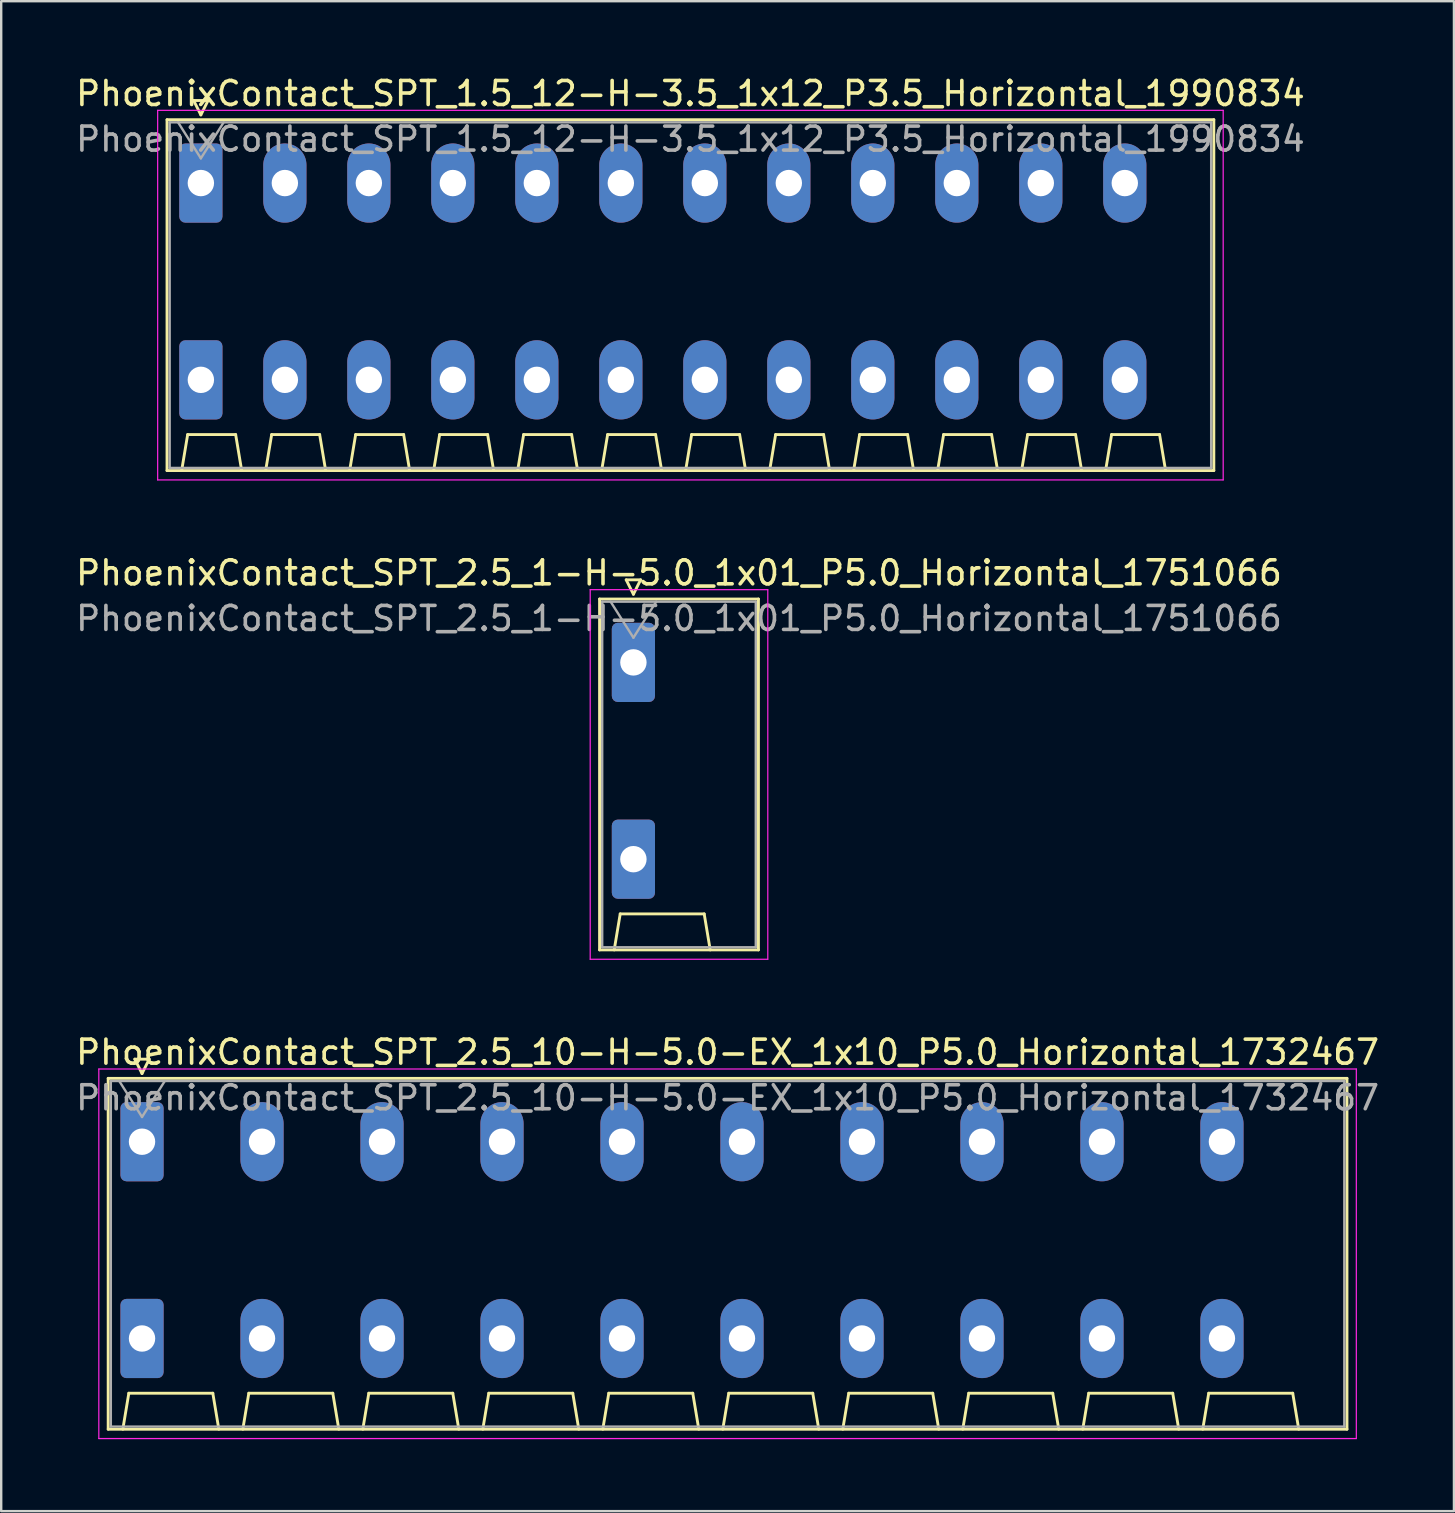
<source format=kicad_pcb>
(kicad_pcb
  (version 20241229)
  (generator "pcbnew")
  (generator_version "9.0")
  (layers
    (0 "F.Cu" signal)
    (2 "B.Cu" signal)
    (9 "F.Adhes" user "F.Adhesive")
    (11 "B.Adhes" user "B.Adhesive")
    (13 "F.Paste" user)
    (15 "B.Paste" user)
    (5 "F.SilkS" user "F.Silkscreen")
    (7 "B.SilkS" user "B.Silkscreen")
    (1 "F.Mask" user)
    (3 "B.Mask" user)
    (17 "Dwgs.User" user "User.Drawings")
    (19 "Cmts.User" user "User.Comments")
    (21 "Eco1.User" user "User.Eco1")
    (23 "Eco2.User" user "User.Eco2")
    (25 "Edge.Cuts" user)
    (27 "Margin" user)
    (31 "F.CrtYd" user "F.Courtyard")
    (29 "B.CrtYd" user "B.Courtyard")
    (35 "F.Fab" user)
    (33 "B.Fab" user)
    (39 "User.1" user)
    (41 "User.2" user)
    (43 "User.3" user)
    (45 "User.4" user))
  (footprint "PhoenixContact_SPT_2.5_10-H-5.0-EX_1x10_P5.0_Horizontal_1732467"
    (layer "F.Cu")
    (at 2.868 44.525)
    (property "Reference" "PhoenixContact_SPT_2.5_10-H-5.0-EX_1x10_P5.0_Horizontal_1732467" (at 24.4 -3.73 0) (layer "F.SilkS") (effects (font (size 1 1) (thickness 0.15))))
    (attr through_hole)
    (fp_line (start -1.41 -2.64) (end 50.21 -2.64) (stroke (width 0.12) (type solid)) (layer "F.SilkS"))
    (fp_line (start -1.41 11.98) (end -1.41 -2.64) (stroke (width 0.12) (type solid)) (layer "F.SilkS"))
    (fp_line (start -0.8 11.98) (end -0.55 10.48) (stroke (width 0.12) (type solid)) (layer "F.SilkS"))
    (fp_line (start -0.55 10.48) (end 2.95 10.48) (stroke (width 0.12) (type solid)) (layer "F.SilkS"))
    (fp_line (start -0.3 -3.44) (end 0 -2.84) (stroke (width 0.12) (type solid)) (layer "F.SilkS"))
    (fp_line (start -0.3 -3.44) (end 0.3 -3.44) (stroke (width 0.12) (type solid)) (layer "F.SilkS"))
    (fp_line (start 0.3 -3.44) (end 0 -2.84) (stroke (width 0.12) (type solid)) (layer "F.SilkS"))
    (fp_line (start 3.2 11.98) (end 2.95 10.48) (stroke (width 0.12) (type solid)) (layer "F.SilkS"))
    (fp_line (start 4.2 11.98) (end 4.45 10.48) (stroke (width 0.12) (type solid)) (layer "F.SilkS"))
    (fp_line (start 4.45 10.48) (end 7.95 10.48) (stroke (width 0.12) (type solid)) (layer "F.SilkS"))
    (fp_line (start 8.2 11.98) (end 7.95 10.48) (stroke (width 0.12) (type solid)) (layer "F.SilkS"))
    (fp_line (start 9.2 11.98) (end 9.45 10.48) (stroke (width 0.12) (type solid)) (layer "F.SilkS"))
    (fp_line (start 9.45 10.48) (end 12.95 10.48) (stroke (width 0.12) (type solid)) (layer "F.SilkS"))
    (fp_line (start 13.2 11.98) (end 12.95 10.48) (stroke (width 0.12) (type solid)) (layer "F.SilkS"))
    (fp_line (start 14.2 11.98) (end 14.45 10.48) (stroke (width 0.12) (type solid)) (layer "F.SilkS"))
    (fp_line (start 14.45 10.48) (end 17.95 10.48) (stroke (width 0.12) (type solid)) (layer "F.SilkS"))
    (fp_line (start 18.2 11.98) (end 17.95 10.48) (stroke (width 0.12) (type solid)) (layer "F.SilkS"))
    (fp_line (start 19.2 11.98) (end 19.45 10.48) (stroke (width 0.12) (type solid)) (layer "F.SilkS"))
    (fp_line (start 19.45 10.48) (end 22.95 10.48) (stroke (width 0.12) (type solid)) (layer "F.SilkS"))
    (fp_line (start 23.2 11.98) (end 22.95 10.48) (stroke (width 0.12) (type solid)) (layer "F.SilkS"))
    (fp_line (start 24.2 11.98) (end 24.45 10.48) (stroke (width 0.12) (type solid)) (layer "F.SilkS"))
    (fp_line (start 24.45 10.48) (end 27.95 10.48) (stroke (width 0.12) (type solid)) (layer "F.SilkS"))
    (fp_line (start 28.2 11.98) (end 27.95 10.48) (stroke (width 0.12) (type solid)) (layer "F.SilkS"))
    (fp_line (start 29.2 11.98) (end 29.45 10.48) (stroke (width 0.12) (type solid)) (layer "F.SilkS"))
    (fp_line (start 29.45 10.48) (end 32.95 10.48) (stroke (width 0.12) (type solid)) (layer "F.SilkS"))
    (fp_line (start 33.2 11.98) (end 32.95 10.48) (stroke (width 0.12) (type solid)) (layer "F.SilkS"))
    (fp_line (start 34.2 11.98) (end 34.45 10.48) (stroke (width 0.12) (type solid)) (layer "F.SilkS"))
    (fp_line (start 34.45 10.48) (end 37.95 10.48) (stroke (width 0.12) (type solid)) (layer "F.SilkS"))
    (fp_line (start 38.2 11.98) (end 37.95 10.48) (stroke (width 0.12) (type solid)) (layer "F.SilkS"))
    (fp_line (start 39.2 11.98) (end 39.45 10.48) (stroke (width 0.12) (type solid)) (layer "F.SilkS"))
    (fp_line (start 39.45 10.48) (end 42.95 10.48) (stroke (width 0.12) (type solid)) (layer "F.SilkS"))
    (fp_line (start 43.2 11.98) (end 42.95 10.48) (stroke (width 0.12) (type solid)) (layer "F.SilkS"))
    (fp_line (start 44.2 11.98) (end 44.45 10.48) (stroke (width 0.12) (type solid)) (layer "F.SilkS"))
    (fp_line (start 44.45 10.48) (end 47.95 10.48) (stroke (width 0.12) (type solid)) (layer "F.SilkS"))
    (fp_line (start 48.2 11.98) (end 47.95 10.48) (stroke (width 0.12) (type solid)) (layer "F.SilkS"))
    (fp_line (start 50.21 -2.64) (end 50.21 11.98) (stroke (width 0.12) (type solid)) (layer "F.SilkS"))
    (fp_line (start 50.21 11.98) (end -1.41 11.98) (stroke (width 0.12) (type solid)) (layer "F.SilkS"))
    (fp_line (start -1.8 -3.03) (end -1.8 12.37) (stroke (width 0.05) (type solid)) (layer "F.CrtYd"))
    (fp_line (start -1.8 12.37) (end 50.6 12.37) (stroke (width 0.05) (type solid)) (layer "F.CrtYd"))
    (fp_line (start 50.6 -3.03) (end -1.8 -3.03) (stroke (width 0.05) (type solid)) (layer "F.CrtYd"))
    (fp_line (start 50.6 12.37) (end 50.6 -3.03) (stroke (width 0.05) (type solid)) (layer "F.CrtYd"))
    (fp_line (start -1.3 -2.53) (end -1.3 11.87) (stroke (width 0.1) (type solid)) (layer "F.Fab"))
    (fp_line (start -1.3 11.87) (end 50.1 11.87) (stroke (width 0.1) (type solid)) (layer "F.Fab"))
    (fp_line (start -0.95 -2.53) (end 0 -1.03) (stroke (width 0.1) (type solid)) (layer "F.Fab"))
    (fp_line (start 0.95 -2.53) (end 0 -1.03) (stroke (width 0.1) (type solid)) (layer "F.Fab"))
    (fp_line (start 50.1 -2.53) (end -1.3 -2.53) (stroke (width 0.1) (type solid)) (layer "F.Fab"))
    (fp_line (start 50.1 11.87) (end 50.1 -2.53) (stroke (width 0.1) (type solid)) (layer "F.Fab"))
    (fp_text user "${REFERENCE}" (at 24.4 -1.83 0) (layer "F.Fab") (effects (font (size 1 1) (thickness 0.15))))
    (pad "1" thru_hole roundrect (at 0 0) (size 1.8 3.3) (drill 1.1) (layers "*.Cu" "*.Mask") (roundrect_rratio 0.139))
    (pad "1" thru_hole roundrect (at 0 8.2) (size 1.8 3.3) (drill 1.1) (layers "*.Cu" "*.Mask") (roundrect_rratio 0.139))
    (pad "2" thru_hole oval (at 5 0) (size 1.8 3.3) (drill 1.1) (layers "*.Cu" "*.Mask"))
    (pad "2" thru_hole oval (at 5 8.2) (size 1.8 3.3) (drill 1.1) (layers "*.Cu" "*.Mask"))
    (pad "3" thru_hole oval (at 10 0) (size 1.8 3.3) (drill 1.1) (layers "*.Cu" "*.Mask"))
    (pad "3" thru_hole oval (at 10 8.2) (size 1.8 3.3) (drill 1.1) (layers "*.Cu" "*.Mask"))
    (pad "4" thru_hole oval (at 15 0) (size 1.8 3.3) (drill 1.1) (layers "*.Cu" "*.Mask"))
    (pad "4" thru_hole oval (at 15 8.2) (size 1.8 3.3) (drill 1.1) (layers "*.Cu" "*.Mask"))
    (pad "5" thru_hole oval (at 20 0) (size 1.8 3.3) (drill 1.1) (layers "*.Cu" "*.Mask"))
    (pad "5" thru_hole oval (at 20 8.2) (size 1.8 3.3) (drill 1.1) (layers "*.Cu" "*.Mask"))
    (pad "6" thru_hole oval (at 25 0) (size 1.8 3.3) (drill 1.1) (layers "*.Cu" "*.Mask"))
    (pad "6" thru_hole oval (at 25 8.2) (size 1.8 3.3) (drill 1.1) (layers "*.Cu" "*.Mask"))
    (pad "7" thru_hole oval (at 30 0) (size 1.8 3.3) (drill 1.1) (layers "*.Cu" "*.Mask"))
    (pad "7" thru_hole oval (at 30 8.2) (size 1.8 3.3) (drill 1.1) (layers "*.Cu" "*.Mask"))
    (pad "8" thru_hole oval (at 35 0) (size 1.8 3.3) (drill 1.1) (layers "*.Cu" "*.Mask"))
    (pad "8" thru_hole oval (at 35 8.2) (size 1.8 3.3) (drill 1.1) (layers "*.Cu" "*.Mask"))
    (pad "9" thru_hole oval (at 40 0) (size 1.8 3.3) (drill 1.1) (layers "*.Cu" "*.Mask"))
    (pad "9" thru_hole oval (at 40 8.2) (size 1.8 3.3) (drill 1.1) (layers "*.Cu" "*.Mask"))
    (pad "10" thru_hole oval (at 45 0) (size 1.8 3.3) (drill 1.1) (layers "*.Cu" "*.Mask"))
    (pad "10" thru_hole oval (at 45 8.2) (size 1.8 3.3) (drill 1.1) (layers "*.Cu" "*.Mask")))
  (footprint "PhoenixContact_SPT_1.5_12-H-3.5_1x12_P3.5_Horizontal_1990834"
    (layer "F.Cu")
    (at 5.32 4.578)
    (property "Reference" "PhoenixContact_SPT_1.5_12-H-3.5_1x12_P3.5_Horizontal_1990834" (at 20.4 -3.73 0) (layer "F.SilkS") (effects (font (size 1 1) (thickness 0.15))))
    (attr through_hole)
    (fp_line (start -1.41 -2.64) (end 42.21 -2.64) (stroke (width 0.12) (type solid)) (layer "F.SilkS"))
    (fp_line (start -1.41 11.98) (end -1.41 -2.64) (stroke (width 0.12) (type solid)) (layer "F.SilkS"))
    (fp_line (start -0.8 11.98) (end -0.55 10.48) (stroke (width 0.12) (type solid)) (layer "F.SilkS"))
    (fp_line (start -0.55 10.48) (end 1.45 10.48) (stroke (width 0.12) (type solid)) (layer "F.SilkS"))
    (fp_line (start -0.3 -3.44) (end 0 -2.84) (stroke (width 0.12) (type solid)) (layer "F.SilkS"))
    (fp_line (start -0.3 -3.44) (end 0.3 -3.44) (stroke (width 0.12) (type solid)) (layer "F.SilkS"))
    (fp_line (start 0.3 -3.44) (end 0 -2.84) (stroke (width 0.12) (type solid)) (layer "F.SilkS"))
    (fp_line (start 1.7 11.98) (end 1.45 10.48) (stroke (width 0.12) (type solid)) (layer "F.SilkS"))
    (fp_line (start 2.7 11.98) (end 2.95 10.48) (stroke (width 0.12) (type solid)) (layer "F.SilkS"))
    (fp_line (start 2.95 10.48) (end 4.95 10.48) (stroke (width 0.12) (type solid)) (layer "F.SilkS"))
    (fp_line (start 5.2 11.98) (end 4.95 10.48) (stroke (width 0.12) (type solid)) (layer "F.SilkS"))
    (fp_line (start 6.2 11.98) (end 6.45 10.48) (stroke (width 0.12) (type solid)) (layer "F.SilkS"))
    (fp_line (start 6.45 10.48) (end 8.45 10.48) (stroke (width 0.12) (type solid)) (layer "F.SilkS"))
    (fp_line (start 8.7 11.98) (end 8.45 10.48) (stroke (width 0.12) (type solid)) (layer "F.SilkS"))
    (fp_line (start 9.7 11.98) (end 9.95 10.48) (stroke (width 0.12) (type solid)) (layer "F.SilkS"))
    (fp_line (start 9.95 10.48) (end 11.95 10.48) (stroke (width 0.12) (type solid)) (layer "F.SilkS"))
    (fp_line (start 12.2 11.98) (end 11.95 10.48) (stroke (width 0.12) (type solid)) (layer "F.SilkS"))
    (fp_line (start 13.2 11.98) (end 13.45 10.48) (stroke (width 0.12) (type solid)) (layer "F.SilkS"))
    (fp_line (start 13.45 10.48) (end 15.45 10.48) (stroke (width 0.12) (type solid)) (layer "F.SilkS"))
    (fp_line (start 15.7 11.98) (end 15.45 10.48) (stroke (width 0.12) (type solid)) (layer "F.SilkS"))
    (fp_line (start 16.7 11.98) (end 16.95 10.48) (stroke (width 0.12) (type solid)) (layer "F.SilkS"))
    (fp_line (start 16.95 10.48) (end 18.95 10.48) (stroke (width 0.12) (type solid)) (layer "F.SilkS"))
    (fp_line (start 19.2 11.98) (end 18.95 10.48) (stroke (width 0.12) (type solid)) (layer "F.SilkS"))
    (fp_line (start 20.2 11.98) (end 20.45 10.48) (stroke (width 0.12) (type solid)) (layer "F.SilkS"))
    (fp_line (start 20.45 10.48) (end 22.45 10.48) (stroke (width 0.12) (type solid)) (layer "F.SilkS"))
    (fp_line (start 22.7 11.98) (end 22.45 10.48) (stroke (width 0.12) (type solid)) (layer "F.SilkS"))
    (fp_line (start 23.7 11.98) (end 23.95 10.48) (stroke (width 0.12) (type solid)) (layer "F.SilkS"))
    (fp_line (start 23.95 10.48) (end 25.95 10.48) (stroke (width 0.12) (type solid)) (layer "F.SilkS"))
    (fp_line (start 26.2 11.98) (end 25.95 10.48) (stroke (width 0.12) (type solid)) (layer "F.SilkS"))
    (fp_line (start 27.2 11.98) (end 27.45 10.48) (stroke (width 0.12) (type solid)) (layer "F.SilkS"))
    (fp_line (start 27.45 10.48) (end 29.45 10.48) (stroke (width 0.12) (type solid)) (layer "F.SilkS"))
    (fp_line (start 29.7 11.98) (end 29.45 10.48) (stroke (width 0.12) (type solid)) (layer "F.SilkS"))
    (fp_line (start 30.7 11.98) (end 30.95 10.48) (stroke (width 0.12) (type solid)) (layer "F.SilkS"))
    (fp_line (start 30.95 10.48) (end 32.95 10.48) (stroke (width 0.12) (type solid)) (layer "F.SilkS"))
    (fp_line (start 33.2 11.98) (end 32.95 10.48) (stroke (width 0.12) (type solid)) (layer "F.SilkS"))
    (fp_line (start 34.2 11.98) (end 34.45 10.48) (stroke (width 0.12) (type solid)) (layer "F.SilkS"))
    (fp_line (start 34.45 10.48) (end 36.45 10.48) (stroke (width 0.12) (type solid)) (layer "F.SilkS"))
    (fp_line (start 36.7 11.98) (end 36.45 10.48) (stroke (width 0.12) (type solid)) (layer "F.SilkS"))
    (fp_line (start 37.7 11.98) (end 37.95 10.48) (stroke (width 0.12) (type solid)) (layer "F.SilkS"))
    (fp_line (start 37.95 10.48) (end 39.95 10.48) (stroke (width 0.12) (type solid)) (layer "F.SilkS"))
    (fp_line (start 40.2 11.98) (end 39.95 10.48) (stroke (width 0.12) (type solid)) (layer "F.SilkS"))
    (fp_line (start 42.21 -2.64) (end 42.21 11.98) (stroke (width 0.12) (type solid)) (layer "F.SilkS"))
    (fp_line (start 42.21 11.98) (end -1.41 11.98) (stroke (width 0.12) (type solid)) (layer "F.SilkS"))
    (fp_line (start -1.8 -3.03) (end -1.8 12.37) (stroke (width 0.05) (type solid)) (layer "F.CrtYd"))
    (fp_line (start -1.8 12.37) (end 42.6 12.37) (stroke (width 0.05) (type solid)) (layer "F.CrtYd"))
    (fp_line (start 42.6 -3.03) (end -1.8 -3.03) (stroke (width 0.05) (type solid)) (layer "F.CrtYd"))
    (fp_line (start 42.6 12.37) (end 42.6 -3.03) (stroke (width 0.05) (type solid)) (layer "F.CrtYd"))
    (fp_line (start -1.3 -2.53) (end -1.3 11.87) (stroke (width 0.1) (type solid)) (layer "F.Fab"))
    (fp_line (start -1.3 11.87) (end 42.1 11.87) (stroke (width 0.1) (type solid)) (layer "F.Fab"))
    (fp_line (start -0.95 -2.53) (end 0 -1.03) (stroke (width 0.1) (type solid)) (layer "F.Fab"))
    (fp_line (start 0.95 -2.53) (end 0 -1.03) (stroke (width 0.1) (type solid)) (layer "F.Fab"))
    (fp_line (start 42.1 -2.53) (end -1.3 -2.53) (stroke (width 0.1) (type solid)) (layer "F.Fab"))
    (fp_line (start 42.1 11.87) (end 42.1 -2.53) (stroke (width 0.1) (type solid)) (layer "F.Fab"))
    (fp_text user "${REFERENCE}" (at 20.4 -1.83 0) (layer "F.Fab") (effects (font (size 1 1) (thickness 0.15))))
    (pad "1" thru_hole roundrect (at 0 0) (size 1.8 3.3) (drill 1.1) (layers "*.Cu" "*.Mask") (roundrect_rratio 0.139))
    (pad "1" thru_hole roundrect (at 0 8.2) (size 1.8 3.3) (drill 1.1) (layers "*.Cu" "*.Mask") (roundrect_rratio 0.139))
    (pad "2" thru_hole oval (at 3.5 0) (size 1.8 3.3) (drill 1.1) (layers "*.Cu" "*.Mask"))
    (pad "2" thru_hole oval (at 3.5 8.2) (size 1.8 3.3) (drill 1.1) (layers "*.Cu" "*.Mask"))
    (pad "3" thru_hole oval (at 7 0) (size 1.8 3.3) (drill 1.1) (layers "*.Cu" "*.Mask"))
    (pad "3" thru_hole oval (at 7 8.2) (size 1.8 3.3) (drill 1.1) (layers "*.Cu" "*.Mask"))
    (pad "4" thru_hole oval (at 10.5 0) (size 1.8 3.3) (drill 1.1) (layers "*.Cu" "*.Mask"))
    (pad "4" thru_hole oval (at 10.5 8.2) (size 1.8 3.3) (drill 1.1) (layers "*.Cu" "*.Mask"))
    (pad "5" thru_hole oval (at 14 0) (size 1.8 3.3) (drill 1.1) (layers "*.Cu" "*.Mask"))
    (pad "5" thru_hole oval (at 14 8.2) (size 1.8 3.3) (drill 1.1) (layers "*.Cu" "*.Mask"))
    (pad "6" thru_hole oval (at 17.5 0) (size 1.8 3.3) (drill 1.1) (layers "*.Cu" "*.Mask"))
    (pad "6" thru_hole oval (at 17.5 8.2) (size 1.8 3.3) (drill 1.1) (layers "*.Cu" "*.Mask"))
    (pad "7" thru_hole oval (at 21 0) (size 1.8 3.3) (drill 1.1) (layers "*.Cu" "*.Mask"))
    (pad "7" thru_hole oval (at 21 8.2) (size 1.8 3.3) (drill 1.1) (layers "*.Cu" "*.Mask"))
    (pad "8" thru_hole oval (at 24.5 0) (size 1.8 3.3) (drill 1.1) (layers "*.Cu" "*.Mask"))
    (pad "8" thru_hole oval (at 24.5 8.2) (size 1.8 3.3) (drill 1.1) (layers "*.Cu" "*.Mask"))
    (pad "9" thru_hole oval (at 28 0) (size 1.8 3.3) (drill 1.1) (layers "*.Cu" "*.Mask"))
    (pad "9" thru_hole oval (at 28 8.2) (size 1.8 3.3) (drill 1.1) (layers "*.Cu" "*.Mask"))
    (pad "10" thru_hole oval (at 31.5 0) (size 1.8 3.3) (drill 1.1) (layers "*.Cu" "*.Mask"))
    (pad "10" thru_hole oval (at 31.5 8.2) (size 1.8 3.3) (drill 1.1) (layers "*.Cu" "*.Mask"))
    (pad "11" thru_hole oval (at 35 0) (size 1.8 3.3) (drill 1.1) (layers "*.Cu" "*.Mask"))
    (pad "11" thru_hole oval (at 35 8.2) (size 1.8 3.3) (drill 1.1) (layers "*.Cu" "*.Mask"))
    (pad "12" thru_hole oval (at 38.5 0) (size 1.8 3.3) (drill 1.1) (layers "*.Cu" "*.Mask"))
    (pad "12" thru_hole oval (at 38.5 8.2) (size 1.8 3.3) (drill 1.1) (layers "*.Cu" "*.Mask")))
  (footprint "PhoenixContact_SPT_2.5_1-H-5.0_1x01_P5.0_Horizontal_1751066"
    (layer "F.Cu")
    (at 23.344 24.552)
    (property "Reference" "PhoenixContact_SPT_2.5_1-H-5.0_1x01_P5.0_Horizontal_1751066" (at 1.9 -3.73 0) (layer "F.SilkS") (effects (font (size 1 1) (thickness 0.15))))
    (attr through_hole)
    (fp_line (start -1.41 -2.64) (end 5.21 -2.64) (stroke (width 0.12) (type solid)) (layer "F.SilkS"))
    (fp_line (start -1.41 11.98) (end -1.41 -2.64) (stroke (width 0.12) (type solid)) (layer "F.SilkS"))
    (fp_line (start -0.8 11.98) (end -0.55 10.48) (stroke (width 0.12) (type solid)) (layer "F.SilkS"))
    (fp_line (start -0.55 10.48) (end 2.95 10.48) (stroke (width 0.12) (type solid)) (layer "F.SilkS"))
    (fp_line (start -0.3 -3.44) (end 0 -2.84) (stroke (width 0.12) (type solid)) (layer "F.SilkS"))
    (fp_line (start -0.3 -3.44) (end 0.3 -3.44) (stroke (width 0.12) (type solid)) (layer "F.SilkS"))
    (fp_line (start 0.3 -3.44) (end 0 -2.84) (stroke (width 0.12) (type solid)) (layer "F.SilkS"))
    (fp_line (start 3.2 11.98) (end 2.95 10.48) (stroke (width 0.12) (type solid)) (layer "F.SilkS"))
    (fp_line (start 5.21 -2.64) (end 5.21 11.98) (stroke (width 0.12) (type solid)) (layer "F.SilkS"))
    (fp_line (start 5.21 11.98) (end -1.41 11.98) (stroke (width 0.12) (type solid)) (layer "F.SilkS"))
    (fp_line (start -1.8 -3.03) (end -1.8 12.37) (stroke (width 0.05) (type solid)) (layer "F.CrtYd"))
    (fp_line (start -1.8 12.37) (end 5.6 12.37) (stroke (width 0.05) (type solid)) (layer "F.CrtYd"))
    (fp_line (start 5.6 -3.03) (end -1.8 -3.03) (stroke (width 0.05) (type solid)) (layer "F.CrtYd"))
    (fp_line (start 5.6 12.37) (end 5.6 -3.03) (stroke (width 0.05) (type solid)) (layer "F.CrtYd"))
    (fp_line (start -1.3 -2.53) (end -1.3 11.87) (stroke (width 0.1) (type solid)) (layer "F.Fab"))
    (fp_line (start -1.3 11.87) (end 5.1 11.87) (stroke (width 0.1) (type solid)) (layer "F.Fab"))
    (fp_line (start -0.95 -2.53) (end 0 -1.03) (stroke (width 0.1) (type solid)) (layer "F.Fab"))
    (fp_line (start 0.95 -2.53) (end 0 -1.03) (stroke (width 0.1) (type solid)) (layer "F.Fab"))
    (fp_line (start 5.1 -2.53) (end -1.3 -2.53) (stroke (width 0.1) (type solid)) (layer "F.Fab"))
    (fp_line (start 5.1 11.87) (end 5.1 -2.53) (stroke (width 0.1) (type solid)) (layer "F.Fab"))
    (fp_text user "${REFERENCE}" (at 1.9 -1.83 0) (layer "F.Fab") (effects (font (size 1 1) (thickness 0.15))))
    (pad "1" thru_hole roundrect (at 0 0) (size 1.8 3.3) (drill 1.1) (layers "*.Cu" "*.Mask") (roundrect_rratio 0.139))
    (pad "1" thru_hole roundrect (at 0 8.2) (size 1.8 3.3) (drill 1.1) (layers "*.Cu" "*.Mask") (roundrect_rratio 0.139)))
  (gr_rect
    (start -3 -3)
    (end 57.536 59.92)
    (stroke (width 0.1) (type default))
    (fill no)
    (layer "Edge.Cuts")))
</source>
